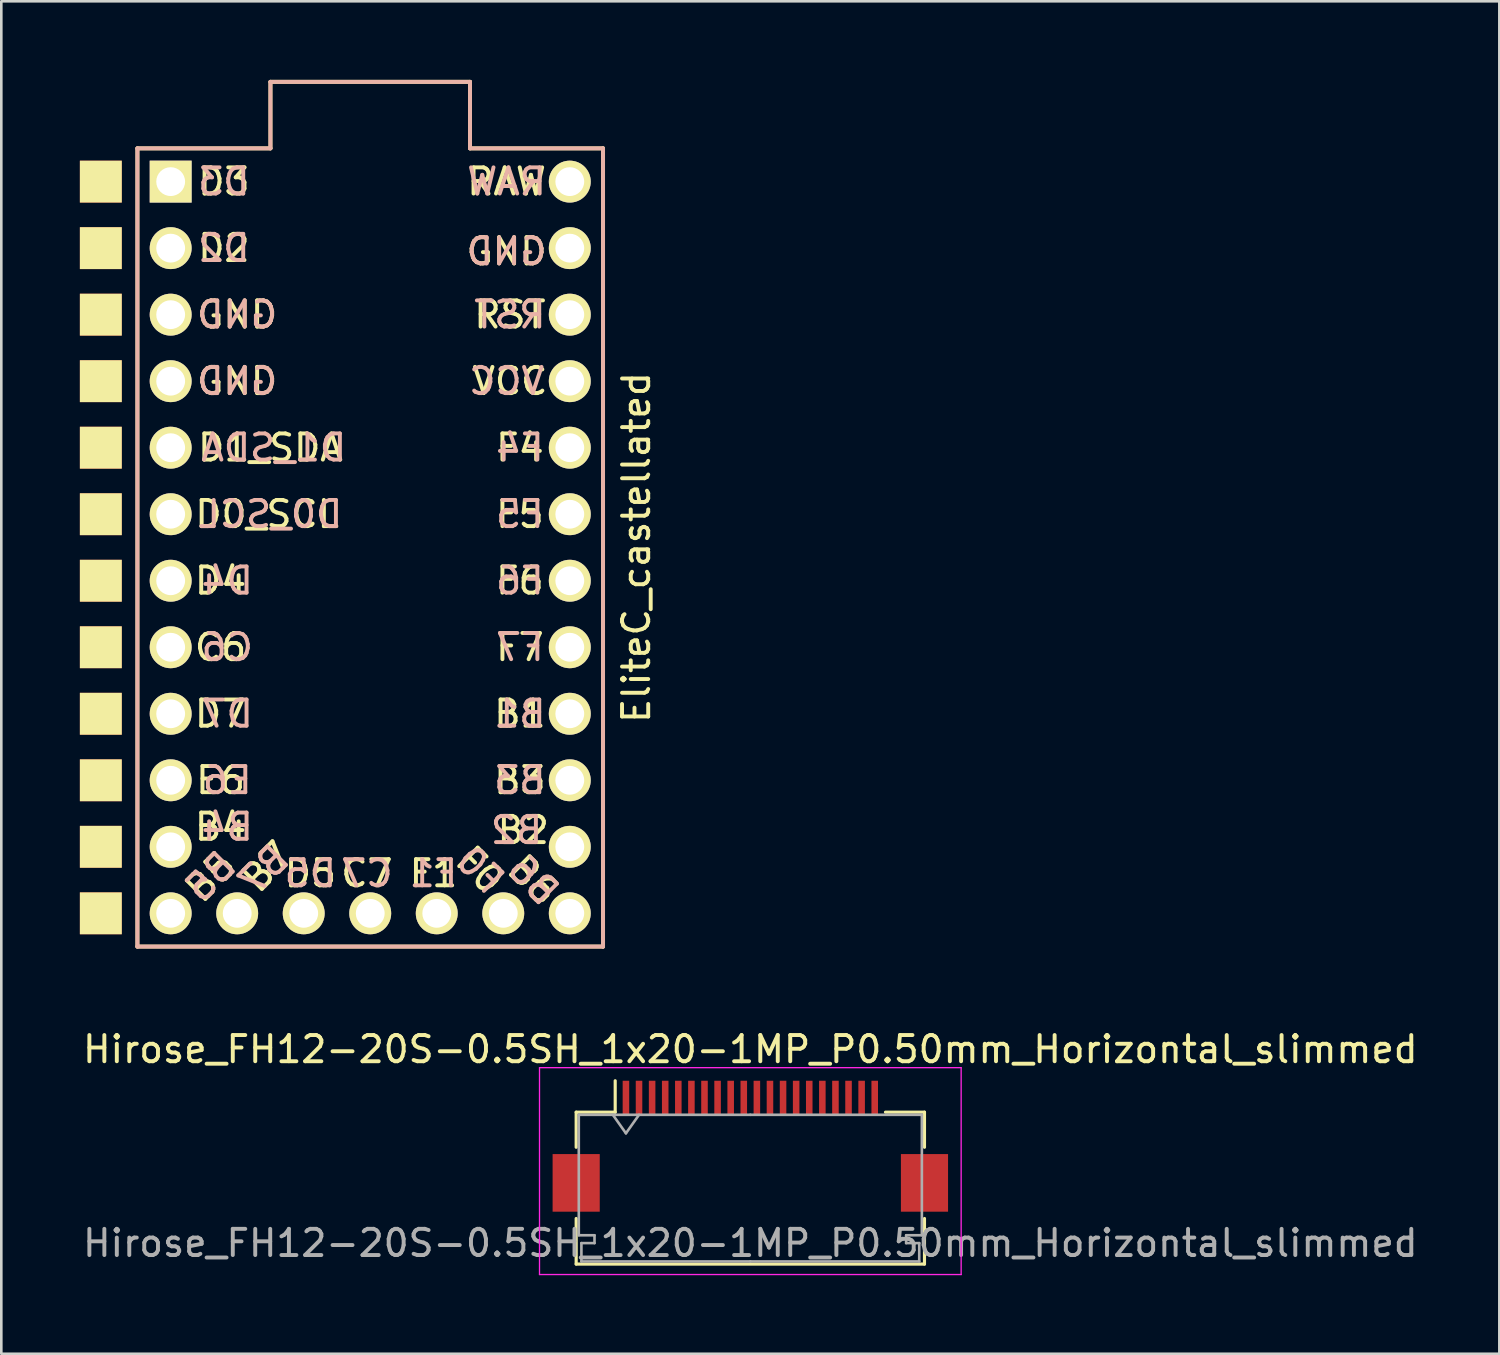
<source format=kicad_pcb>
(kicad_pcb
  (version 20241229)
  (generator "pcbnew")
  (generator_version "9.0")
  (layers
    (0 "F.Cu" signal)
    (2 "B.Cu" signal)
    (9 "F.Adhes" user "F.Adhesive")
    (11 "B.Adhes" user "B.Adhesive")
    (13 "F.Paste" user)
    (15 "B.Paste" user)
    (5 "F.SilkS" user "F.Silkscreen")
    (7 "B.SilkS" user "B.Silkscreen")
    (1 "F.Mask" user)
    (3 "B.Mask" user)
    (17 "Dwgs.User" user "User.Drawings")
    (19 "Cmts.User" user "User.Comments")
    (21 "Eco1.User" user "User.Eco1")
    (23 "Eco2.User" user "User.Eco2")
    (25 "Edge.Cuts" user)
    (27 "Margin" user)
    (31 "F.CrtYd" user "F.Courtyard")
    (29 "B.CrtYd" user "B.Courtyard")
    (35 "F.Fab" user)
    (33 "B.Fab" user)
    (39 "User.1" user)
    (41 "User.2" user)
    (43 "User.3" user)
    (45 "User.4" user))
  (footprint "EliteC_castellated"
    (layer "F.Cu")
    (at 11.087 17.982)
    (property "Reference" "EliteC_castellated" (at 10.16 -0.127 270) (layer "F.SilkS") (effects (font (size 1 1) (thickness 0.15))))
    (attr through_hole)
    (fp_line (start -8.89 -15.367) (end -8.89 15.113) (stroke (width 0.15) (type solid)) (layer "F.SilkS"))
    (fp_line (start -8.89 -15.367) (end -3.81 -15.367) (stroke (width 0.15) (type solid)) (layer "F.SilkS"))
    (fp_line (start -3.81 -17.907) (end 3.81 -17.907) (stroke (width 0.15) (type solid)) (layer "F.SilkS"))
    (fp_line (start -3.81 -15.367) (end -3.81 -17.907) (stroke (width 0.15) (type solid)) (layer "F.SilkS"))
    (fp_line (start 3.81 -17.907) (end 3.81 -15.367) (stroke (width 0.15) (type solid)) (layer "F.SilkS"))
    (fp_line (start 3.81 -15.367) (end 8.89 -15.367) (stroke (width 0.15) (type solid)) (layer "F.SilkS"))
    (fp_line (start 8.89 -15.367) (end 8.89 15.113) (stroke (width 0.15) (type solid)) (layer "F.SilkS"))
    (fp_line (start 8.89 15.113) (end -8.89 15.113) (stroke (width 0.15) (type solid)) (layer "F.SilkS"))
    (fp_line (start -8.89 -15.367) (end -3.81 -15.367) (stroke (width 0.15) (type solid)) (layer "B.SilkS"))
    (fp_line (start -8.89 15.113) (end -8.89 -15.367) (stroke (width 0.15) (type solid)) (layer "B.SilkS"))
    (fp_line (start -3.81 -17.907) (end 3.81 -17.907) (stroke (width 0.15) (type solid)) (layer "B.SilkS"))
    (fp_line (start -3.81 -15.367) (end -3.81 -17.907) (stroke (width 0.15) (type solid)) (layer "B.SilkS"))
    (fp_line (start 3.81 -17.907) (end 3.81 -15.367) (stroke (width 0.15) (type solid)) (layer "B.SilkS"))
    (fp_line (start 3.81 -15.367) (end 8.89 -15.367) (stroke (width 0.15) (type solid)) (layer "B.SilkS"))
    (fp_line (start 8.89 -15.367) (end 8.89 15.113) (stroke (width 0.15) (type solid)) (layer "B.SilkS"))
    (fp_line (start 8.89 15.113) (end -8.89 15.113) (stroke (width 0.15) (type solid)) (layer "B.SilkS"))
    (fp_text user "D4" (at -5.715 1.143 0) (layer "F.SilkS") (effects (font (size 1 1) (thickness 0.15))))
    (fp_text user "D1_SDA" (at -3.81 -3.937 0) (layer "F.SilkS") (effects (font (size 1 1) (thickness 0.15))))
    (fp_text user "F1" (at 2.413 12.319 0) (layer "F.SilkS") (effects (font (size 1 1) (thickness 0.15))))
    (fp_text user "F7" (at 5.715 3.683 0) (layer "F.SilkS") (effects (font (size 1 1) (thickness 0.15))))
    (fp_text user "RAW" (at 5.207 -14.097 0) (layer "F.SilkS") (effects (font (size 1 1) (thickness 0.15))))
    (fp_text user "C6" (at -5.715 3.683 0) (layer "F.SilkS") (effects (font (size 1 1) (thickness 0.15))))
    (fp_text user "E6" (at -5.715 8.763 0) (layer "F.SilkS") (effects (font (size 1 1) (thickness 0.15))))
    (fp_text user "GND" (at -5.08 -9.017 0) (layer "F.SilkS") (effects (font (size 1 1) (thickness 0.15))))
    (fp_text user "VCC" (at 5.334 -6.477 0) (layer "F.SilkS") (effects (font (size 1 1) (thickness 0.15))))
    (fp_text user "B7" (at -3.937 12.065 45) (layer "F.SilkS") (effects (font (size 1 1) (thickness 0.15))))
    (fp_text user "B2" (at 5.842 10.668 0) (layer "F.SilkS") (effects (font (size 1 1) (thickness 0.15))))
    (fp_text user "F4" (at 5.715 -3.937 0) (layer "F.SilkS") (effects (font (size 1 1) (thickness 0.15))))
    (fp_text user "B3" (at 5.715 8.763 0) (layer "F.SilkS") (effects (font (size 1 1) (thickness 0.15))))
    (fp_text user "C7" (at -0.127 12.319 0) (layer "F.SilkS") (effects (font (size 1 1) (thickness 0.15))))
    (fp_text user "D3" (at -5.588 -14.097 0) (layer "F.SilkS") (effects (font (size 1 1) (thickness 0.15))))
    (fp_text user "B5" (at -6.096 12.446 45) (layer "F.SilkS") (effects (font (size 1 1) (thickness 0.15))))
    (fp_text user "D5" (at -2.286 12.319 0) (layer "F.SilkS") (effects (font (size 1 1) (thickness 0.15))))
    (fp_text user "D2" (at -5.588 -11.557 0) (layer "F.SilkS") (effects (font (size 1 1) (thickness 0.15))))
    (fp_text user "GND" (at -5.08 -6.477 0) (layer "F.SilkS") (effects (font (size 1 1) (thickness 0.15))))
    (fp_text user "B4" (at -5.715 10.541 0) (layer "F.SilkS") (effects (font (size 1 1) (thickness 0.15))))
    (fp_text user "D0_SCL" (at -3.937 -1.397 0) (layer "F.SilkS") (effects (font (size 1 1) (thickness 0.15))))
    (fp_text user "RST" (at 5.334 -9.017 0) (layer "F.SilkS") (effects (font (size 1 1) (thickness 0.15))))
    (fp_text user "B6" (at 6.223 12.573 315) (layer "F.SilkS") (effects (font (size 1 1) (thickness 0.15))))
    (fp_text user "F5" (at 5.715 -1.397 0) (layer "F.SilkS") (effects (font (size 1 1) (thickness 0.15))))
    (fp_text user "F6" (at 5.715 1.143 0) (layer "F.SilkS") (effects (font (size 1 1) (thickness 0.15))))
    (fp_text user "D7" (at -5.715 6.223 0) (layer "F.SilkS") (effects (font (size 1 1) (thickness 0.15))))
    (fp_text user "B1" (at 5.715 6.223 0) (layer "F.SilkS") (effects (font (size 1 1) (thickness 0.15))))
    (fp_text user "F0" (at 4.191 12.192 315) (layer "F.SilkS") (effects (font (size 1 1) (thickness 0.15))))
    (fp_text user "GND" (at 5.207 -11.43 0) (layer "F.SilkS") (effects (font (size 1 1) (thickness 0.15))))
    (fp_text user "GND" (at -5.08 -9.017 180) (layer "B.SilkS") (effects (font (size 1 1) (thickness 0.15)) (justify mirror)))
    (fp_text user "E6" (at -5.461 8.763 180) (layer "B.SilkS") (effects (font (size 1 1) (thickness 0.15)) (justify mirror)))
    (fp_text user "B6" (at 6.223 12.573 135) (layer "B.SilkS") (effects (font (size 1 1) (thickness 0.15)) (justify mirror)))
    (fp_text user "C7" (at -0.127 12.319 0) (layer "B.SilkS") (effects (font (size 1 1) (thickness 0.15)) (justify mirror)))
    (fp_text user "B4" (at -5.461 10.541 180) (layer "B.SilkS") (effects (font (size 1 1) (thickness 0.15)) (justify mirror)))
    (fp_text user "D3" (at -5.588 -14.097 180) (layer "B.SilkS") (effects (font (size 1 1) (thickness 0.15)) (justify mirror)))
    (fp_text user "D4" (at -5.461 1.143 180) (layer "B.SilkS") (effects (font (size 1 1) (thickness 0.15)) (justify mirror)))
    (fp_text user "D2" (at -5.588 -11.557 180) (layer "B.SilkS") (effects (font (size 1 1) (thickness 0.15)) (justify mirror)))
    (fp_text user "F7" (at 5.715 3.683 180) (layer "B.SilkS") (effects (font (size 1 1) (thickness 0.15)) (justify mirror)))
    (fp_text user "D0_SCL" (at -3.81 -1.397 180) (layer "B.SilkS") (effects (font (size 1 1) (thickness 0.15)) (justify mirror)))
    (fp_text user "F4" (at 5.715 -3.937 180) (layer "B.SilkS") (effects (font (size 1 1) (thickness 0.15)) (justify mirror)))
    (fp_text user "F6" (at 5.715 1.143 180) (layer "B.SilkS") (effects (font (size 1 1) (thickness 0.15)) (justify mirror)))
    (fp_text user "B3" (at 5.715 8.763 180) (layer "B.SilkS") (effects (font (size 1 1) (thickness 0.15)) (justify mirror)))
    (fp_text user "D7" (at -5.461 6.223 180) (layer "B.SilkS") (effects (font (size 1 1) (thickness 0.15)) (justify mirror)))
    (fp_text user "F5" (at 5.715 -1.397 180) (layer "B.SilkS") (effects (font (size 1 1) (thickness 0.15)) (justify mirror)))
    (fp_text user "B2" (at 5.588 10.668 180) (layer "B.SilkS") (effects (font (size 1 1) (thickness 0.15)) (justify mirror)))
    (fp_text user "B7" (at -4.064 12.192 225) (layer "B.SilkS") (effects (font (size 1 1) (thickness 0.15)) (justify mirror)))
    (fp_text user "D1_SDA" (at -3.683 -3.937 180) (layer "B.SilkS") (effects (font (size 1 1) (thickness 0.15)) (justify mirror)))
    (fp_text user "GND" (at 5.207 -11.43 180) (layer "B.SilkS") (effects (font (size 1 1) (thickness 0.15)) (justify mirror)))
    (fp_text user "VCC" (at 5.207 -6.477 180) (layer "B.SilkS") (effects (font (size 1 1) (thickness 0.15)) (justify mirror)))
    (fp_text user "F0" (at 4.191 12.192 135) (layer "B.SilkS") (effects (font (size 1 1) (thickness 0.15)) (justify mirror)))
    (fp_text user "B1" (at 5.715 6.223 180) (layer "B.SilkS") (effects (font (size 1 1) (thickness 0.15)) (justify mirror)))
    (fp_text user "C6" (at -5.461 3.683 180) (layer "B.SilkS") (effects (font (size 1 1) (thickness 0.15)) (justify mirror)))
    (fp_text user "GND" (at -5.08 -6.477 180) (layer "B.SilkS") (effects (font (size 1 1) (thickness 0.15)) (justify mirror)))
    (fp_text user "RAW" (at 5.207 -14.097 180) (layer "B.SilkS") (effects (font (size 1 1) (thickness 0.15)) (justify mirror)))
    (fp_text user "D5" (at -2.286 12.319 0) (layer "B.SilkS") (effects (font (size 1 1) (thickness 0.15)) (justify mirror)))
    (fp_text user "RST" (at 5.334 -9.017 180) (layer "B.SilkS") (effects (font (size 1 1) (thickness 0.15)) (justify mirror)))
    (fp_text user "B5" (at -6.096 12.446 225) (layer "B.SilkS") (effects (font (size 1 1) (thickness 0.15)) (justify mirror)))
    (fp_text user "F1" (at 2.413 12.319 0) (layer "B.SilkS") (effects (font (size 1 1) (thickness 0.15)) (justify mirror)))
    (pad "1" smd rect (at -10.287 -14.097 270) (size 1.6 1.6) (layers "F.Cu" "F.Mask" "F.SilkS" "F.Paste"))
    (pad "1" thru_hole rect (at -7.62 -14.097 270) (size 1.6 1.6) (drill 1.1) (layers "*.Cu" "*.Mask" "F.SilkS"))
    (pad "2" smd rect (at -10.287 -11.557 270) (size 1.6 1.6) (layers "F.Cu" "F.Mask" "F.SilkS" "F.Paste"))
    (pad "2" thru_hole circle (at -7.62 -11.557 270) (size 1.6 1.6) (drill 1.1) (layers "*.Cu" "*.Mask" "F.SilkS"))
    (pad "3" smd rect (at -10.287 -9.017 270) (size 1.6 1.6) (layers "F.Cu" "F.Mask" "F.SilkS" "F.Paste"))
    (pad "3" thru_hole circle (at -7.62 -9.017 270) (size 1.6 1.6) (drill 1.1) (layers "*.Cu" "*.Mask" "F.SilkS"))
    (pad "4" smd rect (at -10.287 -6.477 270) (size 1.6 1.6) (layers "F.Cu" "F.Mask" "F.SilkS" "F.Paste"))
    (pad "4" thru_hole circle (at -7.62 -6.477 270) (size 1.6 1.6) (drill 1.1) (layers "*.Cu" "*.Mask" "F.SilkS"))
    (pad "5" smd rect (at -10.287 -3.937 270) (size 1.6 1.6) (layers "F.Cu" "F.Mask" "F.SilkS" "F.Paste"))
    (pad "5" thru_hole circle (at -7.62 -3.937 270) (size 1.6 1.6) (drill 1.1) (layers "*.Cu" "*.Mask" "F.SilkS"))
    (pad "6" smd rect (at -10.287 -1.397 270) (size 1.6 1.6) (layers "F.Cu" "F.Mask" "F.SilkS" "F.Paste"))
    (pad "6" thru_hole circle (at -7.62 -1.397 270) (size 1.6 1.6) (drill 1.1) (layers "*.Cu" "*.Mask" "F.SilkS"))
    (pad "7" smd rect (at -10.287 1.143 270) (size 1.6 1.6) (layers "F.Cu" "F.Mask" "F.SilkS" "F.Paste"))
    (pad "7" thru_hole circle (at -7.62 1.143 270) (size 1.6 1.6) (drill 1.1) (layers "*.Cu" "*.Mask" "F.SilkS"))
    (pad "8" smd rect (at -10.287 3.683 270) (size 1.6 1.6) (layers "F.Cu" "F.Mask" "F.SilkS" "F.Paste"))
    (pad "8" thru_hole circle (at -7.62 3.683 270) (size 1.6 1.6) (drill 1.1) (layers "*.Cu" "*.Mask" "F.SilkS"))
    (pad "9" smd rect (at -10.287 6.223 270) (size 1.6 1.6) (layers "F.Cu" "F.Mask" "F.SilkS" "F.Paste"))
    (pad "9" thru_hole circle (at -7.62 6.223 270) (size 1.6 1.6) (drill 1.1) (layers "*.Cu" "*.Mask" "F.SilkS"))
    (pad "10" smd rect (at -10.287 8.763 270) (size 1.6 1.6) (layers "F.Cu" "F.Mask" "F.SilkS" "F.Paste"))
    (pad "10" thru_hole circle (at -7.62 8.763 270) (size 1.6 1.6) (drill 1.1) (layers "*.Cu" "*.Mask" "F.SilkS"))
    (pad "11" smd rect (at -10.287 11.303 270) (size 1.6 1.6) (layers "F.Cu" "F.Mask" "F.SilkS" "F.Paste"))
    (pad "11" thru_hole circle (at -7.62 11.303 270) (size 1.6 1.6) (drill 1.1) (layers "*.Cu" "*.Mask" "F.SilkS"))
    (pad "12" smd rect (at -10.287 13.843 270) (size 1.6 1.6) (layers "F.Cu" "F.Mask" "F.SilkS" "F.Paste"))
    (pad "12" thru_hole circle (at -7.62 13.843 270) (size 1.6 1.6) (drill 1.1) (layers "*.Cu" "*.Mask" "F.SilkS"))
    (pad "13" thru_hole circle (at 7.62 13.843 270) (size 1.6 1.6) (drill 1.1) (layers "*.Cu" "*.Mask" "F.SilkS"))
    (pad "14" thru_hole circle (at 7.62 11.303 270) (size 1.6 1.6) (drill 1.1) (layers "*.Cu" "*.Mask" "F.SilkS"))
    (pad "15" thru_hole circle (at 7.62 8.763 270) (size 1.6 1.6) (drill 1.1) (layers "*.Cu" "*.Mask" "F.SilkS"))
    (pad "16" thru_hole circle (at 7.62 6.223 270) (size 1.6 1.6) (drill 1.1) (layers "*.Cu" "*.Mask" "F.SilkS"))
    (pad "17" thru_hole circle (at 7.62 3.683 270) (size 1.6 1.6) (drill 1.1) (layers "*.Cu" "*.Mask" "F.SilkS"))
    (pad "18" thru_hole circle (at 7.62 1.143 270) (size 1.6 1.6) (drill 1.1) (layers "*.Cu" "*.Mask" "F.SilkS"))
    (pad "19" thru_hole circle (at 7.62 -1.397 270) (size 1.6 1.6) (drill 1.1) (layers "*.Cu" "*.Mask" "F.SilkS"))
    (pad "20" thru_hole circle (at 7.62 -3.937 270) (size 1.6 1.6) (drill 1.1) (layers "*.Cu" "*.Mask" "F.SilkS"))
    (pad "21" thru_hole circle (at 7.62 -6.477 270) (size 1.6 1.6) (drill 1.1) (layers "*.Cu" "*.Mask" "F.SilkS"))
    (pad "22" thru_hole circle (at 7.62 -9.017 270) (size 1.6 1.6) (drill 1.1) (layers "*.Cu" "*.Mask" "F.SilkS"))
    (pad "23" thru_hole circle (at 7.62 -11.557 270) (size 1.6 1.6) (drill 1.1) (layers "*.Cu" "*.Mask" "F.SilkS"))
    (pad "24" thru_hole circle (at 7.62 -14.097 270) (size 1.6 1.6) (drill 1.1) (layers "*.Cu" "*.Mask" "F.SilkS"))
    (pad "25" thru_hole circle (at -5.08 13.843 270) (size 1.6 1.6) (drill 1.1) (layers "*.Cu" "*.Mask" "F.SilkS"))
    (pad "26" thru_hole circle (at -2.54 13.843 270) (size 1.6 1.6) (drill 1.1) (layers "*.Cu" "*.Mask" "F.SilkS"))
    (pad "27" thru_hole circle (at 0 13.843 270) (size 1.6 1.6) (drill 1.1) (layers "*.Cu" "*.Mask" "F.SilkS"))
    (pad "28" thru_hole circle (at 2.54 13.843 270) (size 1.6 1.6) (drill 1.1) (layers "*.Cu" "*.Mask" "F.SilkS"))
    (pad "29" thru_hole circle (at 5.08 13.843 270) (size 1.6 1.6) (drill 1.1) (layers "*.Cu" "*.Mask" "F.SilkS")))
  (footprint "Hirose_FH12-20S-0.5SH_1x20-1MP_P0.50mm_Horizontal_slimmed"
    (layer "F.Cu")
    (at 25.601 40.718)
    (property "Reference" "Hirose_FH12-20S-0.5SH_1x20-1MP_P0.50mm_Horizontal_slimmed" (at 0 -3.7 0) (layer "F.SilkS") (effects (font (size 1 1) (thickness 0.15))))
    (attr smd)
    (fp_line (start -6.65 -1.3) (end -6.65 0.04) (stroke (width 0.12) (type solid)) (layer "F.SilkS"))
    (fp_line (start -6.65 2.76) (end -6.65 4.5) (stroke (width 0.12) (type solid)) (layer "F.SilkS"))
    (fp_line (start -6.65 4.5) (end 6.65 4.5) (stroke (width 0.12) (type solid)) (layer "F.SilkS"))
    (fp_line (start -5.16 -1.3) (end -6.65 -1.3) (stroke (width 0.12) (type solid)) (layer "F.SilkS"))
    (fp_line (start -5.16 -1.3) (end -5.16 -2.5) (stroke (width 0.12) (type solid)) (layer "F.SilkS"))
    (fp_line (start 5.16 -1.3) (end 6.65 -1.3) (stroke (width 0.12) (type solid)) (layer "F.SilkS"))
    (fp_line (start 6.65 -1.3) (end 6.65 0.04) (stroke (width 0.12) (type solid)) (layer "F.SilkS"))
    (fp_line (start 6.65 4.5) (end 6.65 2.76) (stroke (width 0.12) (type solid)) (layer "F.SilkS"))
    (fp_line (start -8.05 -3) (end -8.05 4.9) (stroke (width 0.05) (type solid)) (layer "F.CrtYd"))
    (fp_line (start -8.05 4.9) (end 8.05 4.9) (stroke (width 0.05) (type solid)) (layer "F.CrtYd"))
    (fp_line (start 8.05 -3) (end -8.05 -3) (stroke (width 0.05) (type solid)) (layer "F.CrtYd"))
    (fp_line (start 8.05 4.9) (end 8.05 -3) (stroke (width 0.05) (type solid)) (layer "F.CrtYd"))
    (fp_line (start -6.55 -1.2) (end -6.55 3.4) (stroke (width 0.1) (type solid)) (layer "F.Fab"))
    (fp_line (start -6.55 3.4) (end -5.95 3.4) (stroke (width 0.1) (type solid)) (layer "F.Fab"))
    (fp_line (start -6.45 3.7) (end -6.45 4.4) (stroke (width 0.1) (type solid)) (layer "F.Fab"))
    (fp_line (start -6.45 4.4) (end 0 4.4) (stroke (width 0.1) (type solid)) (layer "F.Fab"))
    (fp_line (start -5.95 3.4) (end -5.95 3.7) (stroke (width 0.1) (type solid)) (layer "F.Fab"))
    (fp_line (start -5.95 3.7) (end -6.45 3.7) (stroke (width 0.1) (type solid)) (layer "F.Fab"))
    (fp_line (start -5.25 -1.2) (end -4.75 -0.493) (stroke (width 0.1) (type solid)) (layer "F.Fab"))
    (fp_line (start -4.75 -0.493) (end -4.25 -1.2) (stroke (width 0.1) (type solid)) (layer "F.Fab"))
    (fp_line (start 0 -1.2) (end -6.55 -1.2) (stroke (width 0.1) (type solid)) (layer "F.Fab"))
    (fp_line (start 0 -1.2) (end 6.55 -1.2) (stroke (width 0.1) (type solid)) (layer "F.Fab"))
    (fp_line (start 5.95 3.4) (end 5.95 3.7) (stroke (width 0.1) (type solid)) (layer "F.Fab"))
    (fp_line (start 5.95 3.7) (end 6.45 3.7) (stroke (width 0.1) (type solid)) (layer "F.Fab"))
    (fp_line (start 6.45 3.7) (end 6.45 4.4) (stroke (width 0.1) (type solid)) (layer "F.Fab"))
    (fp_line (start 6.45 4.4) (end 0 4.4) (stroke (width 0.1) (type solid)) (layer "F.Fab"))
    (fp_line (start 6.55 -1.2) (end 6.55 3.4) (stroke (width 0.1) (type solid)) (layer "F.Fab"))
    (fp_line (start 6.55 3.4) (end 5.95 3.4) (stroke (width 0.1) (type solid)) (layer "F.Fab"))
    (fp_text user "${REFERENCE}" (at 0 3.7 0) (layer "F.Fab") (effects (font (size 1 1) (thickness 0.15))))
    (pad "1" smd rect (at -4.75 -1.85) (size 0.25 1.3) (layers "F.Cu" "F.Mask" "F.Paste"))
    (pad "2" smd rect (at -4.25 -1.85) (size 0.25 1.3) (layers "F.Cu" "F.Mask" "F.Paste"))
    (pad "3" smd rect (at -3.75 -1.85) (size 0.25 1.3) (layers "F.Cu" "F.Mask" "F.Paste"))
    (pad "4" smd rect (at -3.25 -1.85) (size 0.25 1.3) (layers "F.Cu" "F.Mask" "F.Paste"))
    (pad "5" smd rect (at -2.75 -1.85) (size 0.25 1.3) (layers "F.Cu" "F.Mask" "F.Paste"))
    (pad "6" smd rect (at -2.25 -1.85) (size 0.25 1.3) (layers "F.Cu" "F.Mask" "F.Paste"))
    (pad "7" smd rect (at -1.75 -1.85) (size 0.25 1.3) (layers "F.Cu" "F.Mask" "F.Paste"))
    (pad "8" smd rect (at -1.25 -1.85) (size 0.25 1.3) (layers "F.Cu" "F.Mask" "F.Paste"))
    (pad "9" smd rect (at -0.75 -1.85) (size 0.25 1.3) (layers "F.Cu" "F.Mask" "F.Paste"))
    (pad "10" smd rect (at -0.25 -1.85) (size 0.25 1.3) (layers "F.Cu" "F.Mask" "F.Paste"))
    (pad "11" smd rect (at 0.25 -1.85) (size 0.25 1.3) (layers "F.Cu" "F.Mask" "F.Paste"))
    (pad "12" smd rect (at 0.75 -1.85) (size 0.25 1.3) (layers "F.Cu" "F.Mask" "F.Paste"))
    (pad "13" smd rect (at 1.25 -1.85) (size 0.25 1.3) (layers "F.Cu" "F.Mask" "F.Paste"))
    (pad "14" smd rect (at 1.75 -1.85) (size 0.25 1.3) (layers "F.Cu" "F.Mask" "F.Paste"))
    (pad "15" smd rect (at 2.25 -1.85) (size 0.25 1.3) (layers "F.Cu" "F.Mask" "F.Paste"))
    (pad "16" smd rect (at 2.75 -1.85) (size 0.25 1.3) (layers "F.Cu" "F.Mask" "F.Paste"))
    (pad "17" smd rect (at 3.25 -1.85) (size 0.25 1.3) (layers "F.Cu" "F.Mask" "F.Paste"))
    (pad "18" smd rect (at 3.75 -1.85) (size 0.25 1.3) (layers "F.Cu" "F.Mask" "F.Paste"))
    (pad "19" smd rect (at 4.25 -1.85) (size 0.25 1.3) (layers "F.Cu" "F.Mask" "F.Paste"))
    (pad "20" smd rect (at 4.75 -1.85) (size 0.25 1.3) (layers "F.Cu" "F.Mask" "F.Paste"))
    (pad "MP" smd rect (at -6.65 1.4) (size 1.8 2.2) (layers "F.Cu" "F.Mask" "F.Paste"))
    (pad "MP" smd rect (at 6.65 1.4) (size 1.8 2.2) (layers "F.Cu" "F.Mask" "F.Paste")))
  (gr_rect
    (start -3 -3)
    (end 54.202 48.643)
    (stroke (width 0.1) (type default))
    (fill no)
    (layer "Edge.Cuts")))
</source>
